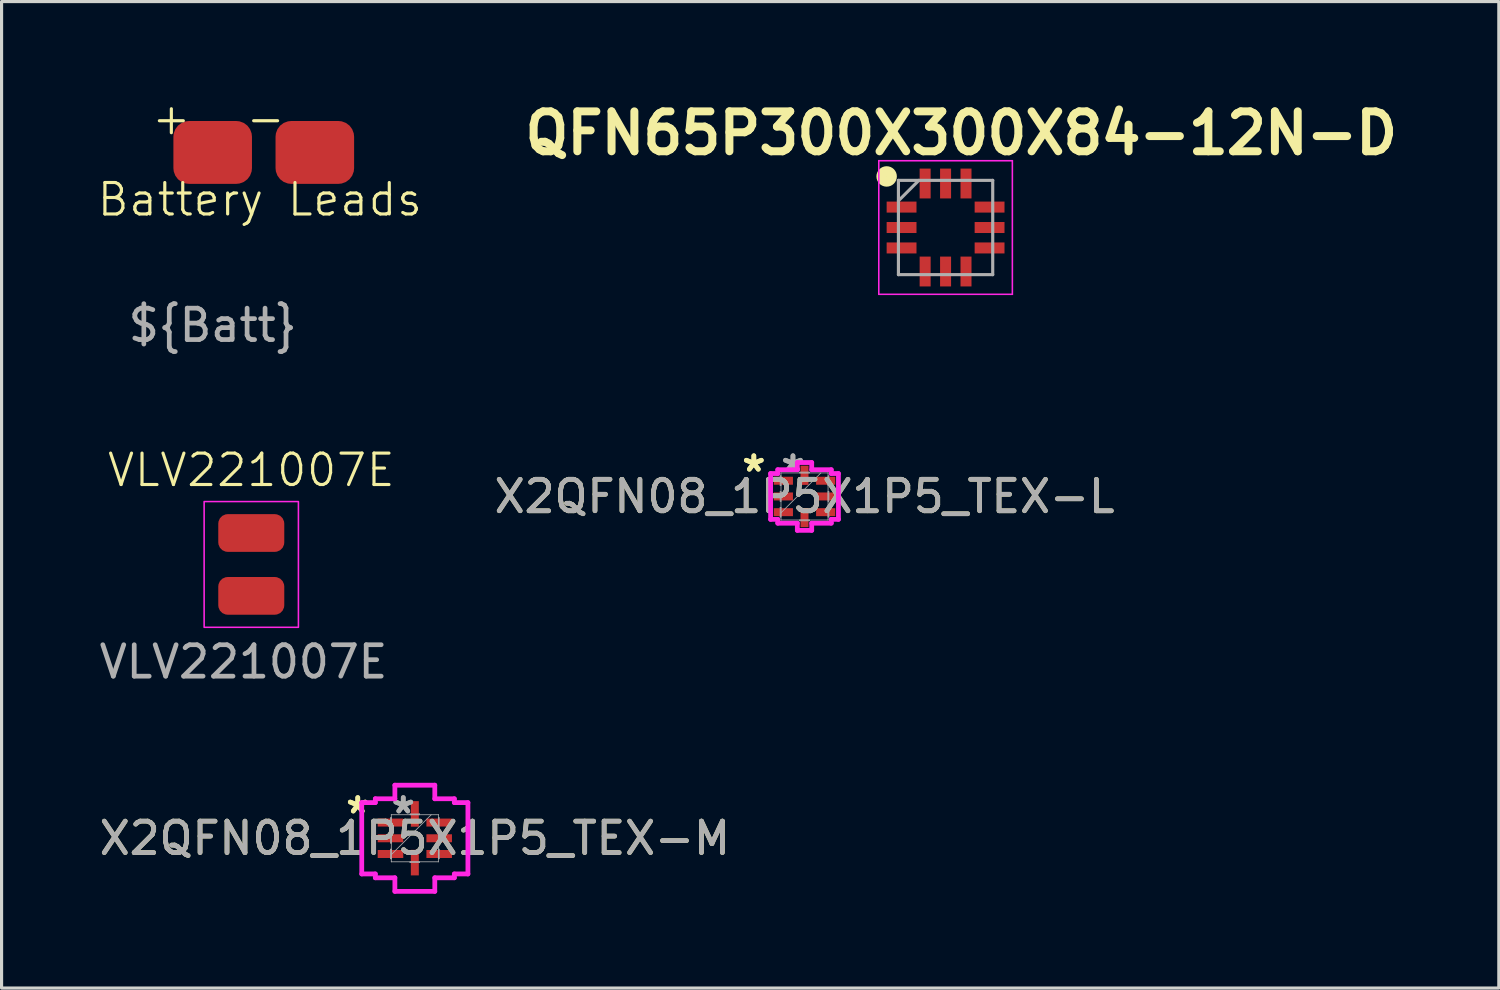
<source format=kicad_pcb>
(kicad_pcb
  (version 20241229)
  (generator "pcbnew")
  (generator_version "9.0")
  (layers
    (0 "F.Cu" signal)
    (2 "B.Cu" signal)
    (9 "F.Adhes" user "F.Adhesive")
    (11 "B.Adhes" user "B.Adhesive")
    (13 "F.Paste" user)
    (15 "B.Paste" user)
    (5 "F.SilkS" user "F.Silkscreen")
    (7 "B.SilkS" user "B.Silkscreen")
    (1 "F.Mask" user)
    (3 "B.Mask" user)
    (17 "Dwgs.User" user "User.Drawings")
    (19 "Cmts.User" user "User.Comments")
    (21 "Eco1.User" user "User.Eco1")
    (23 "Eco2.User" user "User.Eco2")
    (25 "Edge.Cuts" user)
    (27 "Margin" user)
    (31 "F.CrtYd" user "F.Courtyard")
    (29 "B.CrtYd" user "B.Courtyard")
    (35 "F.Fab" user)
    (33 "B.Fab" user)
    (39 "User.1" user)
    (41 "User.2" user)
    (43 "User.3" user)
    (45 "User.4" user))
  (footprint "Battery Leads"
    (layer "F.Cu")
    (at 3.717 4.8)
    (property "Reference" "Battery Leads" (at 1.5 -1.5 0) (unlocked yes) (layer "F.SilkS") (effects (font (size 1 1) (thickness 0.1))))
    (attr smd)
    (fp_text user "+" (at -2 -3.5 0) (unlocked yes) (layer "F.SilkS") (effects (font (size 1 1) (thickness 0.1)) (justify left bottom)))
    (fp_text user "-" (at 1 -3.5 0) (unlocked yes) (layer "F.SilkS") (effects (font (size 1 1) (thickness 0.1)) (justify left bottom)))
    (fp_text user "${Batt}" (at 0 2.5 0) (unlocked yes) (layer "F.Fab") (effects (font (size 1 1) (thickness 0.15))))
    (pad "1" smd roundrect (at 0 -3) (size 2.5 2) (layers "F.Cu" "F.Mask" "F.Paste") (roundrect_rratio 0.25))
    (pad "2" smd roundrect (at 3.25 -3) (size 2.5 2) (layers "F.Cu" "F.Mask" "F.Paste") (roundrect_rratio 0.25)))
  (footprint "X2QFN08_1P5X1P5_TEX-L"
    (layer "F.Cu")
    (at 22.548 12.746)
    (property "Reference" "X2QFN08_1P5X1P5_TEX-L" (at 0 0 0) (unlocked yes) (layer "F.SilkS") (effects (font (size 1 1) (thickness 0.15))))
    (attr smd)
    (fp_line (start -1.079 -0.729) (end -0.851 -0.729) (stroke (width 0.152) (type solid)) (layer "F.CrtYd"))
    (fp_line (start -1.079 0.729) (end -1.079 -0.729) (stroke (width 0.152) (type solid)) (layer "F.CrtYd"))
    (fp_line (start -0.851 -0.851) (end -0.229 -0.851) (stroke (width 0.152) (type solid)) (layer "F.CrtYd"))
    (fp_line (start -0.851 -0.729) (end -0.851 -0.851) (stroke (width 0.152) (type solid)) (layer "F.CrtYd"))
    (fp_line (start -0.851 0.729) (end -1.079 0.729) (stroke (width 0.152) (type solid)) (layer "F.CrtYd"))
    (fp_line (start -0.851 0.851) (end -0.851 0.729) (stroke (width 0.152) (type solid)) (layer "F.CrtYd"))
    (fp_line (start -0.229 -1.079) (end 0.229 -1.079) (stroke (width 0.152) (type solid)) (layer "F.CrtYd"))
    (fp_line (start -0.229 -0.851) (end -0.229 -1.079) (stroke (width 0.152) (type solid)) (layer "F.CrtYd"))
    (fp_line (start -0.229 0.851) (end -0.851 0.851) (stroke (width 0.152) (type solid)) (layer "F.CrtYd"))
    (fp_line (start -0.229 1.079) (end -0.229 0.851) (stroke (width 0.152) (type solid)) (layer "F.CrtYd"))
    (fp_line (start 0.229 -1.079) (end 0.229 -0.851) (stroke (width 0.152) (type solid)) (layer "F.CrtYd"))
    (fp_line (start 0.229 -0.851) (end 0.851 -0.851) (stroke (width 0.152) (type solid)) (layer "F.CrtYd"))
    (fp_line (start 0.229 0.851) (end 0.229 1.079) (stroke (width 0.152) (type solid)) (layer "F.CrtYd"))
    (fp_line (start 0.229 1.079) (end -0.229 1.079) (stroke (width 0.152) (type solid)) (layer "F.CrtYd"))
    (fp_line (start 0.851 -0.851) (end 0.851 -0.729) (stroke (width 0.152) (type solid)) (layer "F.CrtYd"))
    (fp_line (start 0.851 -0.729) (end 1.079 -0.729) (stroke (width 0.152) (type solid)) (layer "F.CrtYd"))
    (fp_line (start 0.851 0.729) (end 0.851 0.851) (stroke (width 0.152) (type solid)) (layer "F.CrtYd"))
    (fp_line (start 0.851 0.851) (end 0.229 0.851) (stroke (width 0.152) (type solid)) (layer "F.CrtYd"))
    (fp_line (start 1.079 -0.729) (end 1.079 0.729) (stroke (width 0.152) (type solid)) (layer "F.CrtYd"))
    (fp_line (start 1.079 0.729) (end 0.851 0.729) (stroke (width 0.152) (type solid)) (layer "F.CrtYd"))
    (fp_line (start -0.775 -0.652) (end -0.775 -0.348) (stroke (width 0.025) (type solid)) (layer "F.Fab"))
    (fp_line (start -0.775 -0.348) (end -0.749 -0.348) (stroke (width 0.025) (type solid)) (layer "F.Fab"))
    (fp_line (start -0.775 -0.152) (end -0.775 0.152) (stroke (width 0.025) (type solid)) (layer "F.Fab"))
    (fp_line (start -0.775 0.152) (end -0.749 0.152) (stroke (width 0.025) (type solid)) (layer "F.Fab"))
    (fp_line (start -0.775 0.348) (end -0.775 0.652) (stroke (width 0.025) (type solid)) (layer "F.Fab"))
    (fp_line (start -0.775 0.652) (end -0.749 0.652) (stroke (width 0.025) (type solid)) (layer "F.Fab"))
    (fp_line (start -0.749 -0.749) (end -0.749 -0.749) (stroke (width 0.025) (type solid)) (layer "F.Fab"))
    (fp_line (start -0.749 -0.749) (end -0.749 0.749) (stroke (width 0.025) (type solid)) (layer "F.Fab"))
    (fp_line (start -0.749 -0.652) (end -0.775 -0.652) (stroke (width 0.025) (type solid)) (layer "F.Fab"))
    (fp_line (start -0.749 -0.348) (end -0.749 -0.652) (stroke (width 0.025) (type solid)) (layer "F.Fab"))
    (fp_line (start -0.749 -0.152) (end -0.775 -0.152) (stroke (width 0.025) (type solid)) (layer "F.Fab"))
    (fp_line (start -0.749 0.152) (end -0.749 -0.152) (stroke (width 0.025) (type solid)) (layer "F.Fab"))
    (fp_line (start -0.749 0.348) (end -0.775 0.348) (stroke (width 0.025) (type solid)) (layer "F.Fab"))
    (fp_line (start -0.749 0.521) (end 0.521 -0.749) (stroke (width 0.025) (type solid)) (layer "F.Fab"))
    (fp_line (start -0.749 0.652) (end -0.749 0.348) (stroke (width 0.025) (type solid)) (layer "F.Fab"))
    (fp_line (start -0.749 0.749) (end -0.749 0.749) (stroke (width 0.025) (type solid)) (layer "F.Fab"))
    (fp_line (start -0.749 0.749) (end 0.749 0.749) (stroke (width 0.025) (type solid)) (layer "F.Fab"))
    (fp_line (start -0.152 -0.775) (end -0.152 -0.749) (stroke (width 0.025) (type solid)) (layer "F.Fab"))
    (fp_line (start -0.152 -0.749) (end 0.152 -0.749) (stroke (width 0.025) (type solid)) (layer "F.Fab"))
    (fp_line (start -0.152 0.749) (end -0.152 0.775) (stroke (width 0.025) (type solid)) (layer "F.Fab"))
    (fp_line (start -0.152 0.775) (end 0.152 0.775) (stroke (width 0.025) (type solid)) (layer "F.Fab"))
    (fp_line (start 0.152 -0.775) (end -0.152 -0.775) (stroke (width 0.025) (type solid)) (layer "F.Fab"))
    (fp_line (start 0.152 -0.749) (end 0.152 -0.775) (stroke (width 0.025) (type solid)) (layer "F.Fab"))
    (fp_line (start 0.152 0.749) (end -0.152 0.749) (stroke (width 0.025) (type solid)) (layer "F.Fab"))
    (fp_line (start 0.152 0.775) (end 0.152 0.749) (stroke (width 0.025) (type solid)) (layer "F.Fab"))
    (fp_line (start 0.749 -0.749) (end -0.749 -0.749) (stroke (width 0.025) (type solid)) (layer "F.Fab"))
    (fp_line (start 0.749 -0.749) (end 0.749 -0.749) (stroke (width 0.025) (type solid)) (layer "F.Fab"))
    (fp_line (start 0.749 -0.652) (end 0.749 -0.348) (stroke (width 0.025) (type solid)) (layer "F.Fab"))
    (fp_line (start 0.749 -0.348) (end 0.775 -0.348) (stroke (width 0.025) (type solid)) (layer "F.Fab"))
    (fp_line (start 0.749 -0.152) (end 0.749 0.152) (stroke (width 0.025) (type solid)) (layer "F.Fab"))
    (fp_line (start 0.749 0.152) (end 0.775 0.152) (stroke (width 0.025) (type solid)) (layer "F.Fab"))
    (fp_line (start 0.749 0.348) (end 0.749 0.652) (stroke (width 0.025) (type solid)) (layer "F.Fab"))
    (fp_line (start 0.749 0.652) (end 0.775 0.652) (stroke (width 0.025) (type solid)) (layer "F.Fab"))
    (fp_line (start 0.749 0.749) (end 0.749 -0.749) (stroke (width 0.025) (type solid)) (layer "F.Fab"))
    (fp_line (start 0.749 0.749) (end 0.749 0.749) (stroke (width 0.025) (type solid)) (layer "F.Fab"))
    (fp_line (start 0.775 -0.652) (end 0.749 -0.652) (stroke (width 0.025) (type solid)) (layer "F.Fab"))
    (fp_line (start 0.775 -0.348) (end 0.775 -0.652) (stroke (width 0.025) (type solid)) (layer "F.Fab"))
    (fp_line (start 0.775 -0.152) (end 0.749 -0.152) (stroke (width 0.025) (type solid)) (layer "F.Fab"))
    (fp_line (start 0.775 0.152) (end 0.775 -0.152) (stroke (width 0.025) (type solid)) (layer "F.Fab"))
    (fp_line (start 0.775 0.348) (end 0.749 0.348) (stroke (width 0.025) (type solid)) (layer "F.Fab"))
    (fp_line (start 0.775 0.652) (end 0.775 0.348) (stroke (width 0.025) (type solid)) (layer "F.Fab"))
    (fp_text user "*" (at -1.613 -0.75 0) (unlocked yes) (layer "F.SilkS") (effects (font (size 1 1) (thickness 0.15))))
    (fp_text user "*" (at -1.613 -0.75 0) (layer "F.SilkS") (effects (font (size 1 1) (thickness 0.15))))
    (fp_text user "*" (at -0.368 -0.75 0) (unlocked yes) (layer "F.Fab") (effects (font (size 1 1) (thickness 0.15))))
    (fp_text user "*" (at -0.368 -0.75 0) (layer "F.Fab") (effects (font (size 1 1) (thickness 0.15))))
    (fp_text user "${REFERENCE}" (at 0 0 0) (unlocked yes) (layer "F.Fab") (effects (font (size 1 1) (thickness 0.15))))
    (pad "1" smd rect (at -0.673 -0.5 90) (size 0.254 0.61) (layers "F.Cu" "F.Mask" "F.Paste"))
    (pad "2" smd rect (at -0.673 0 90) (size 0.254 0.61) (layers "F.Cu" "F.Mask" "F.Paste"))
    (pad "3" smd rect (at -0.673 0.5 90) (size 0.254 0.61) (layers "F.Cu" "F.Mask" "F.Paste"))
    (pad "4" smd rect (at 0 0.673) (size 0.254 0.61) (layers "F.Cu" "F.Mask" "F.Paste"))
    (pad "5" smd rect (at 0.673 0.5 90) (size 0.254 0.61) (layers "F.Cu" "F.Mask" "F.Paste"))
    (pad "6" smd rect (at 0.673 0 90) (size 0.254 0.61) (layers "F.Cu" "F.Mask" "F.Paste"))
    (pad "7" smd rect (at 0.673 -0.5 90) (size 0.254 0.61) (layers "F.Cu" "F.Mask" "F.Paste"))
    (pad "8" smd rect (at 0 -0.673) (size 0.254 0.61) (layers "F.Cu" "F.Mask" "F.Paste")))
  (footprint "VLV221007E"
    (layer "F.Cu")
    (at 4.945 14.909)
    (property "Reference" "VLV221007E" (at 0 -3 0) (unlocked yes) (layer "F.SilkS") (effects (font (size 1 1) (thickness 0.1))))
    (attr smd)
    (fp_rect (start -1.5 -2) (end 1.5 2) (stroke (width 0.05) (type default)) (fill no) (layer "F.CrtYd"))
    (fp_text user "${REFERENCE}" (at -0.248 3.1 0) (unlocked yes) (layer "F.Fab") (effects (font (size 1 1) (thickness 0.15))))
    (pad "1" smd roundrect (at 0 1) (size 2.1 1.2) (layers "F.Cu" "F.Mask" "F.Paste") (roundrect_rratio 0.25))
    (pad "2" smd roundrect (at 0 -1) (size 2.1 1.2) (layers "F.Cu" "F.Mask" "F.Paste") (roundrect_rratio 0.25)))
  (footprint "X2QFN08_1P5X1P5_TEX-M"
    (layer "F.Cu")
    (at 10.149 23.622)
    (property "Reference" "X2QFN08_1P5X1P5_TEX-M" (at 0 0 0) (unlocked yes) (layer "F.SilkS") (effects (font (size 1 1) (thickness 0.15))))
    (attr smd)
    (fp_line (start -1.689 -1.135) (end -1.257 -1.135) (stroke (width 0.152) (type solid)) (layer "F.CrtYd"))
    (fp_line (start -1.689 1.135) (end -1.689 -1.135) (stroke (width 0.152) (type solid)) (layer "F.CrtYd"))
    (fp_line (start -1.257 -1.257) (end -0.635 -1.257) (stroke (width 0.152) (type solid)) (layer "F.CrtYd"))
    (fp_line (start -1.257 -1.135) (end -1.257 -1.257) (stroke (width 0.152) (type solid)) (layer "F.CrtYd"))
    (fp_line (start -1.257 1.135) (end -1.689 1.135) (stroke (width 0.152) (type solid)) (layer "F.CrtYd"))
    (fp_line (start -1.257 1.257) (end -1.257 1.135) (stroke (width 0.152) (type solid)) (layer "F.CrtYd"))
    (fp_line (start -0.635 -1.689) (end 0.635 -1.689) (stroke (width 0.152) (type solid)) (layer "F.CrtYd"))
    (fp_line (start -0.635 -1.257) (end -0.635 -1.689) (stroke (width 0.152) (type solid)) (layer "F.CrtYd"))
    (fp_line (start -0.635 1.257) (end -1.257 1.257) (stroke (width 0.152) (type solid)) (layer "F.CrtYd"))
    (fp_line (start -0.635 1.689) (end -0.635 1.257) (stroke (width 0.152) (type solid)) (layer "F.CrtYd"))
    (fp_line (start 0.635 -1.689) (end 0.635 -1.257) (stroke (width 0.152) (type solid)) (layer "F.CrtYd"))
    (fp_line (start 0.635 -1.257) (end 1.257 -1.257) (stroke (width 0.152) (type solid)) (layer "F.CrtYd"))
    (fp_line (start 0.635 1.257) (end 0.635 1.689) (stroke (width 0.152) (type solid)) (layer "F.CrtYd"))
    (fp_line (start 0.635 1.689) (end -0.635 1.689) (stroke (width 0.152) (type solid)) (layer "F.CrtYd"))
    (fp_line (start 1.257 -1.257) (end 1.257 -1.135) (stroke (width 0.152) (type solid)) (layer "F.CrtYd"))
    (fp_line (start 1.257 -1.135) (end 1.689 -1.135) (stroke (width 0.152) (type solid)) (layer "F.CrtYd"))
    (fp_line (start 1.257 1.135) (end 1.257 1.257) (stroke (width 0.152) (type solid)) (layer "F.CrtYd"))
    (fp_line (start 1.257 1.257) (end 0.635 1.257) (stroke (width 0.152) (type solid)) (layer "F.CrtYd"))
    (fp_line (start 1.689 -1.135) (end 1.689 1.135) (stroke (width 0.152) (type solid)) (layer "F.CrtYd"))
    (fp_line (start 1.689 1.135) (end 1.257 1.135) (stroke (width 0.152) (type solid)) (layer "F.CrtYd"))
    (fp_line (start -0.775 -0.652) (end -0.775 -0.348) (stroke (width 0.025) (type solid)) (layer "F.Fab"))
    (fp_line (start -0.775 -0.348) (end -0.749 -0.348) (stroke (width 0.025) (type solid)) (layer "F.Fab"))
    (fp_line (start -0.775 -0.152) (end -0.775 0.152) (stroke (width 0.025) (type solid)) (layer "F.Fab"))
    (fp_line (start -0.775 0.152) (end -0.749 0.152) (stroke (width 0.025) (type solid)) (layer "F.Fab"))
    (fp_line (start -0.775 0.348) (end -0.775 0.652) (stroke (width 0.025) (type solid)) (layer "F.Fab"))
    (fp_line (start -0.775 0.652) (end -0.749 0.652) (stroke (width 0.025) (type solid)) (layer "F.Fab"))
    (fp_line (start -0.749 -0.749) (end -0.749 -0.749) (stroke (width 0.025) (type solid)) (layer "F.Fab"))
    (fp_line (start -0.749 -0.749) (end -0.749 0.749) (stroke (width 0.025) (type solid)) (layer "F.Fab"))
    (fp_line (start -0.749 -0.652) (end -0.775 -0.652) (stroke (width 0.025) (type solid)) (layer "F.Fab"))
    (fp_line (start -0.749 -0.348) (end -0.749 -0.652) (stroke (width 0.025) (type solid)) (layer "F.Fab"))
    (fp_line (start -0.749 -0.152) (end -0.775 -0.152) (stroke (width 0.025) (type solid)) (layer "F.Fab"))
    (fp_line (start -0.749 0.152) (end -0.749 -0.152) (stroke (width 0.025) (type solid)) (layer "F.Fab"))
    (fp_line (start -0.749 0.348) (end -0.775 0.348) (stroke (width 0.025) (type solid)) (layer "F.Fab"))
    (fp_line (start -0.749 0.521) (end 0.521 -0.749) (stroke (width 0.025) (type solid)) (layer "F.Fab"))
    (fp_line (start -0.749 0.652) (end -0.749 0.348) (stroke (width 0.025) (type solid)) (layer "F.Fab"))
    (fp_line (start -0.749 0.749) (end -0.749 0.749) (stroke (width 0.025) (type solid)) (layer "F.Fab"))
    (fp_line (start -0.749 0.749) (end 0.749 0.749) (stroke (width 0.025) (type solid)) (layer "F.Fab"))
    (fp_line (start -0.152 -0.775) (end -0.152 -0.749) (stroke (width 0.025) (type solid)) (layer "F.Fab"))
    (fp_line (start -0.152 -0.749) (end 0.152 -0.749) (stroke (width 0.025) (type solid)) (layer "F.Fab"))
    (fp_line (start -0.152 0.749) (end -0.152 0.775) (stroke (width 0.025) (type solid)) (layer "F.Fab"))
    (fp_line (start -0.152 0.775) (end 0.152 0.775) (stroke (width 0.025) (type solid)) (layer "F.Fab"))
    (fp_line (start 0.152 -0.775) (end -0.152 -0.775) (stroke (width 0.025) (type solid)) (layer "F.Fab"))
    (fp_line (start 0.152 -0.749) (end 0.152 -0.775) (stroke (width 0.025) (type solid)) (layer "F.Fab"))
    (fp_line (start 0.152 0.749) (end -0.152 0.749) (stroke (width 0.025) (type solid)) (layer "F.Fab"))
    (fp_line (start 0.152 0.775) (end 0.152 0.749) (stroke (width 0.025) (type solid)) (layer "F.Fab"))
    (fp_line (start 0.749 -0.749) (end -0.749 -0.749) (stroke (width 0.025) (type solid)) (layer "F.Fab"))
    (fp_line (start 0.749 -0.749) (end 0.749 -0.749) (stroke (width 0.025) (type solid)) (layer "F.Fab"))
    (fp_line (start 0.749 -0.652) (end 0.749 -0.348) (stroke (width 0.025) (type solid)) (layer "F.Fab"))
    (fp_line (start 0.749 -0.348) (end 0.775 -0.348) (stroke (width 0.025) (type solid)) (layer "F.Fab"))
    (fp_line (start 0.749 -0.152) (end 0.749 0.152) (stroke (width 0.025) (type solid)) (layer "F.Fab"))
    (fp_line (start 0.749 0.152) (end 0.775 0.152) (stroke (width 0.025) (type solid)) (layer "F.Fab"))
    (fp_line (start 0.749 0.348) (end 0.749 0.652) (stroke (width 0.025) (type solid)) (layer "F.Fab"))
    (fp_line (start 0.749 0.652) (end 0.775 0.652) (stroke (width 0.025) (type solid)) (layer "F.Fab"))
    (fp_line (start 0.749 0.749) (end 0.749 -0.749) (stroke (width 0.025) (type solid)) (layer "F.Fab"))
    (fp_line (start 0.749 0.749) (end 0.749 0.749) (stroke (width 0.025) (type solid)) (layer "F.Fab"))
    (fp_line (start 0.775 -0.652) (end 0.749 -0.652) (stroke (width 0.025) (type solid)) (layer "F.Fab"))
    (fp_line (start 0.775 -0.348) (end 0.775 -0.652) (stroke (width 0.025) (type solid)) (layer "F.Fab"))
    (fp_line (start 0.775 -0.152) (end 0.749 -0.152) (stroke (width 0.025) (type solid)) (layer "F.Fab"))
    (fp_line (start 0.775 0.152) (end 0.775 -0.152) (stroke (width 0.025) (type solid)) (layer "F.Fab"))
    (fp_line (start 0.775 0.348) (end 0.749 0.348) (stroke (width 0.025) (type solid)) (layer "F.Fab"))
    (fp_line (start 0.775 0.652) (end 0.775 0.348) (stroke (width 0.025) (type solid)) (layer "F.Fab"))
    (fp_text user "*" (at -1.816 -0.75 0) (layer "F.SilkS") (effects (font (size 1 1) (thickness 0.15))))
    (fp_text user "*" (at -1.816 -0.75 0) (unlocked yes) (layer "F.SilkS") (effects (font (size 1 1) (thickness 0.15))))
    (fp_text user "${REFERENCE}" (at 0 0 0) (unlocked yes) (layer "F.Fab") (effects (font (size 1 1) (thickness 0.15))))
    (fp_text user "*" (at -0.368 -0.75 0) (layer "F.Fab") (effects (font (size 1 1) (thickness 0.15))))
    (fp_text user "*" (at -0.368 -0.75 0) (unlocked yes) (layer "F.Fab") (effects (font (size 1 1) (thickness 0.15))))
    (pad "1" smd rect (at -0.775 -0.5 90) (size 0.254 0.813) (layers "F.Cu" "F.Mask" "F.Paste"))
    (pad "2" smd rect (at -0.775 0 90) (size 0.254 0.813) (layers "F.Cu" "F.Mask" "F.Paste"))
    (pad "3" smd rect (at -0.775 0.5 90) (size 0.254 0.813) (layers "F.Cu" "F.Mask" "F.Paste"))
    (pad "4" smd rect (at 0 0.775) (size 0.254 0.813) (layers "F.Cu" "F.Mask" "F.Paste"))
    (pad "5" smd rect (at 0.775 0.5 90) (size 0.254 0.813) (layers "F.Cu" "F.Mask" "F.Paste"))
    (pad "6" smd rect (at 0.775 0 90) (size 0.254 0.813) (layers "F.Cu" "F.Mask" "F.Paste"))
    (pad "7" smd rect (at 0.775 -0.5 90) (size 0.254 0.813) (layers "F.Cu" "F.Mask" "F.Paste"))
    (pad "8" smd rect (at 0 -0.775) (size 0.254 0.813) (layers "F.Cu" "F.Mask" "F.Paste")))
  (footprint "QFN65P300X300X84-12N-D"
    (layer "F.Cu")
    (at 27.036 4.189)
    (property "Reference" "QFN65P300X300X84-12N-D" (at 0.5 -3 0) (layer "F.SilkS") (effects (font (size 1.27 1.27) (thickness 0.254))))
    (attr smd)
    (fp_circle (center -1.875 -1.625) (end -1.875 -1.462) (stroke (width 0.325) (type solid)) (fill no) (layer "F.SilkS"))
    (fp_line (start -2.125 -2.125) (end 2.125 -2.125) (stroke (width 0.05) (type solid)) (layer "F.CrtYd"))
    (fp_line (start -2.125 2.125) (end -2.125 -2.125) (stroke (width 0.05) (type solid)) (layer "F.CrtYd"))
    (fp_line (start 2.125 -2.125) (end 2.125 2.125) (stroke (width 0.05) (type solid)) (layer "F.CrtYd"))
    (fp_line (start 2.125 2.125) (end -2.125 2.125) (stroke (width 0.05) (type solid)) (layer "F.CrtYd"))
    (fp_line (start -1.5 -1.5) (end 1.5 -1.5) (stroke (width 0.1) (type solid)) (layer "F.Fab"))
    (fp_line (start -1.5 -0.85) (end -0.85 -1.5) (stroke (width 0.1) (type solid)) (layer "F.Fab"))
    (fp_line (start -1.5 1.5) (end -1.5 -1.5) (stroke (width 0.1) (type solid)) (layer "F.Fab"))
    (fp_line (start 1.5 -1.5) (end 1.5 1.5) (stroke (width 0.1) (type solid)) (layer "F.Fab"))
    (fp_line (start 1.5 1.5) (end -1.5 1.5) (stroke (width 0.1) (type solid)) (layer "F.Fab"))
    (pad "1" smd rect (at -1.4 -0.65 90) (size 0.35 0.95) (layers "F.Cu" "F.Mask" "F.Paste"))
    (pad "2" smd rect (at -1.4 0 90) (size 0.35 0.95) (layers "F.Cu" "F.Mask" "F.Paste"))
    (pad "3" smd rect (at -1.4 0.65 90) (size 0.35 0.95) (layers "F.Cu" "F.Mask" "F.Paste"))
    (pad "4" smd rect (at -0.65 1.4) (size 0.35 0.95) (layers "F.Cu" "F.Mask" "F.Paste"))
    (pad "5" smd rect (at 0 1.4) (size 0.35 0.95) (layers "F.Cu" "F.Mask" "F.Paste"))
    (pad "6" smd rect (at 0.65 1.4) (size 0.35 0.95) (layers "F.Cu" "F.Mask" "F.Paste"))
    (pad "7" smd rect (at 1.4 0.65 90) (size 0.35 0.95) (layers "F.Cu" "F.Mask" "F.Paste"))
    (pad "8" smd rect (at 1.4 0 90) (size 0.35 0.95) (layers "F.Cu" "F.Mask" "F.Paste"))
    (pad "9" smd rect (at 1.4 -0.65 90) (size 0.35 0.95) (layers "F.Cu" "F.Mask" "F.Paste"))
    (pad "10" smd rect (at 0.65 -1.4) (size 0.35 0.95) (layers "F.Cu" "F.Mask" "F.Paste"))
    (pad "11" smd rect (at 0 -1.4) (size 0.35 0.95) (layers "F.Cu" "F.Mask" "F.Paste"))
    (pad "12" smd rect (at -0.65 -1.4) (size 0.35 0.95) (layers "F.Cu" "F.Mask" "F.Paste")))
  (gr_rect
    (start -3 -3)
    (end 44.639 28.388)
    (stroke (width 0.1) (type default))
    (fill no)
    (layer "Edge.Cuts")))
</source>
